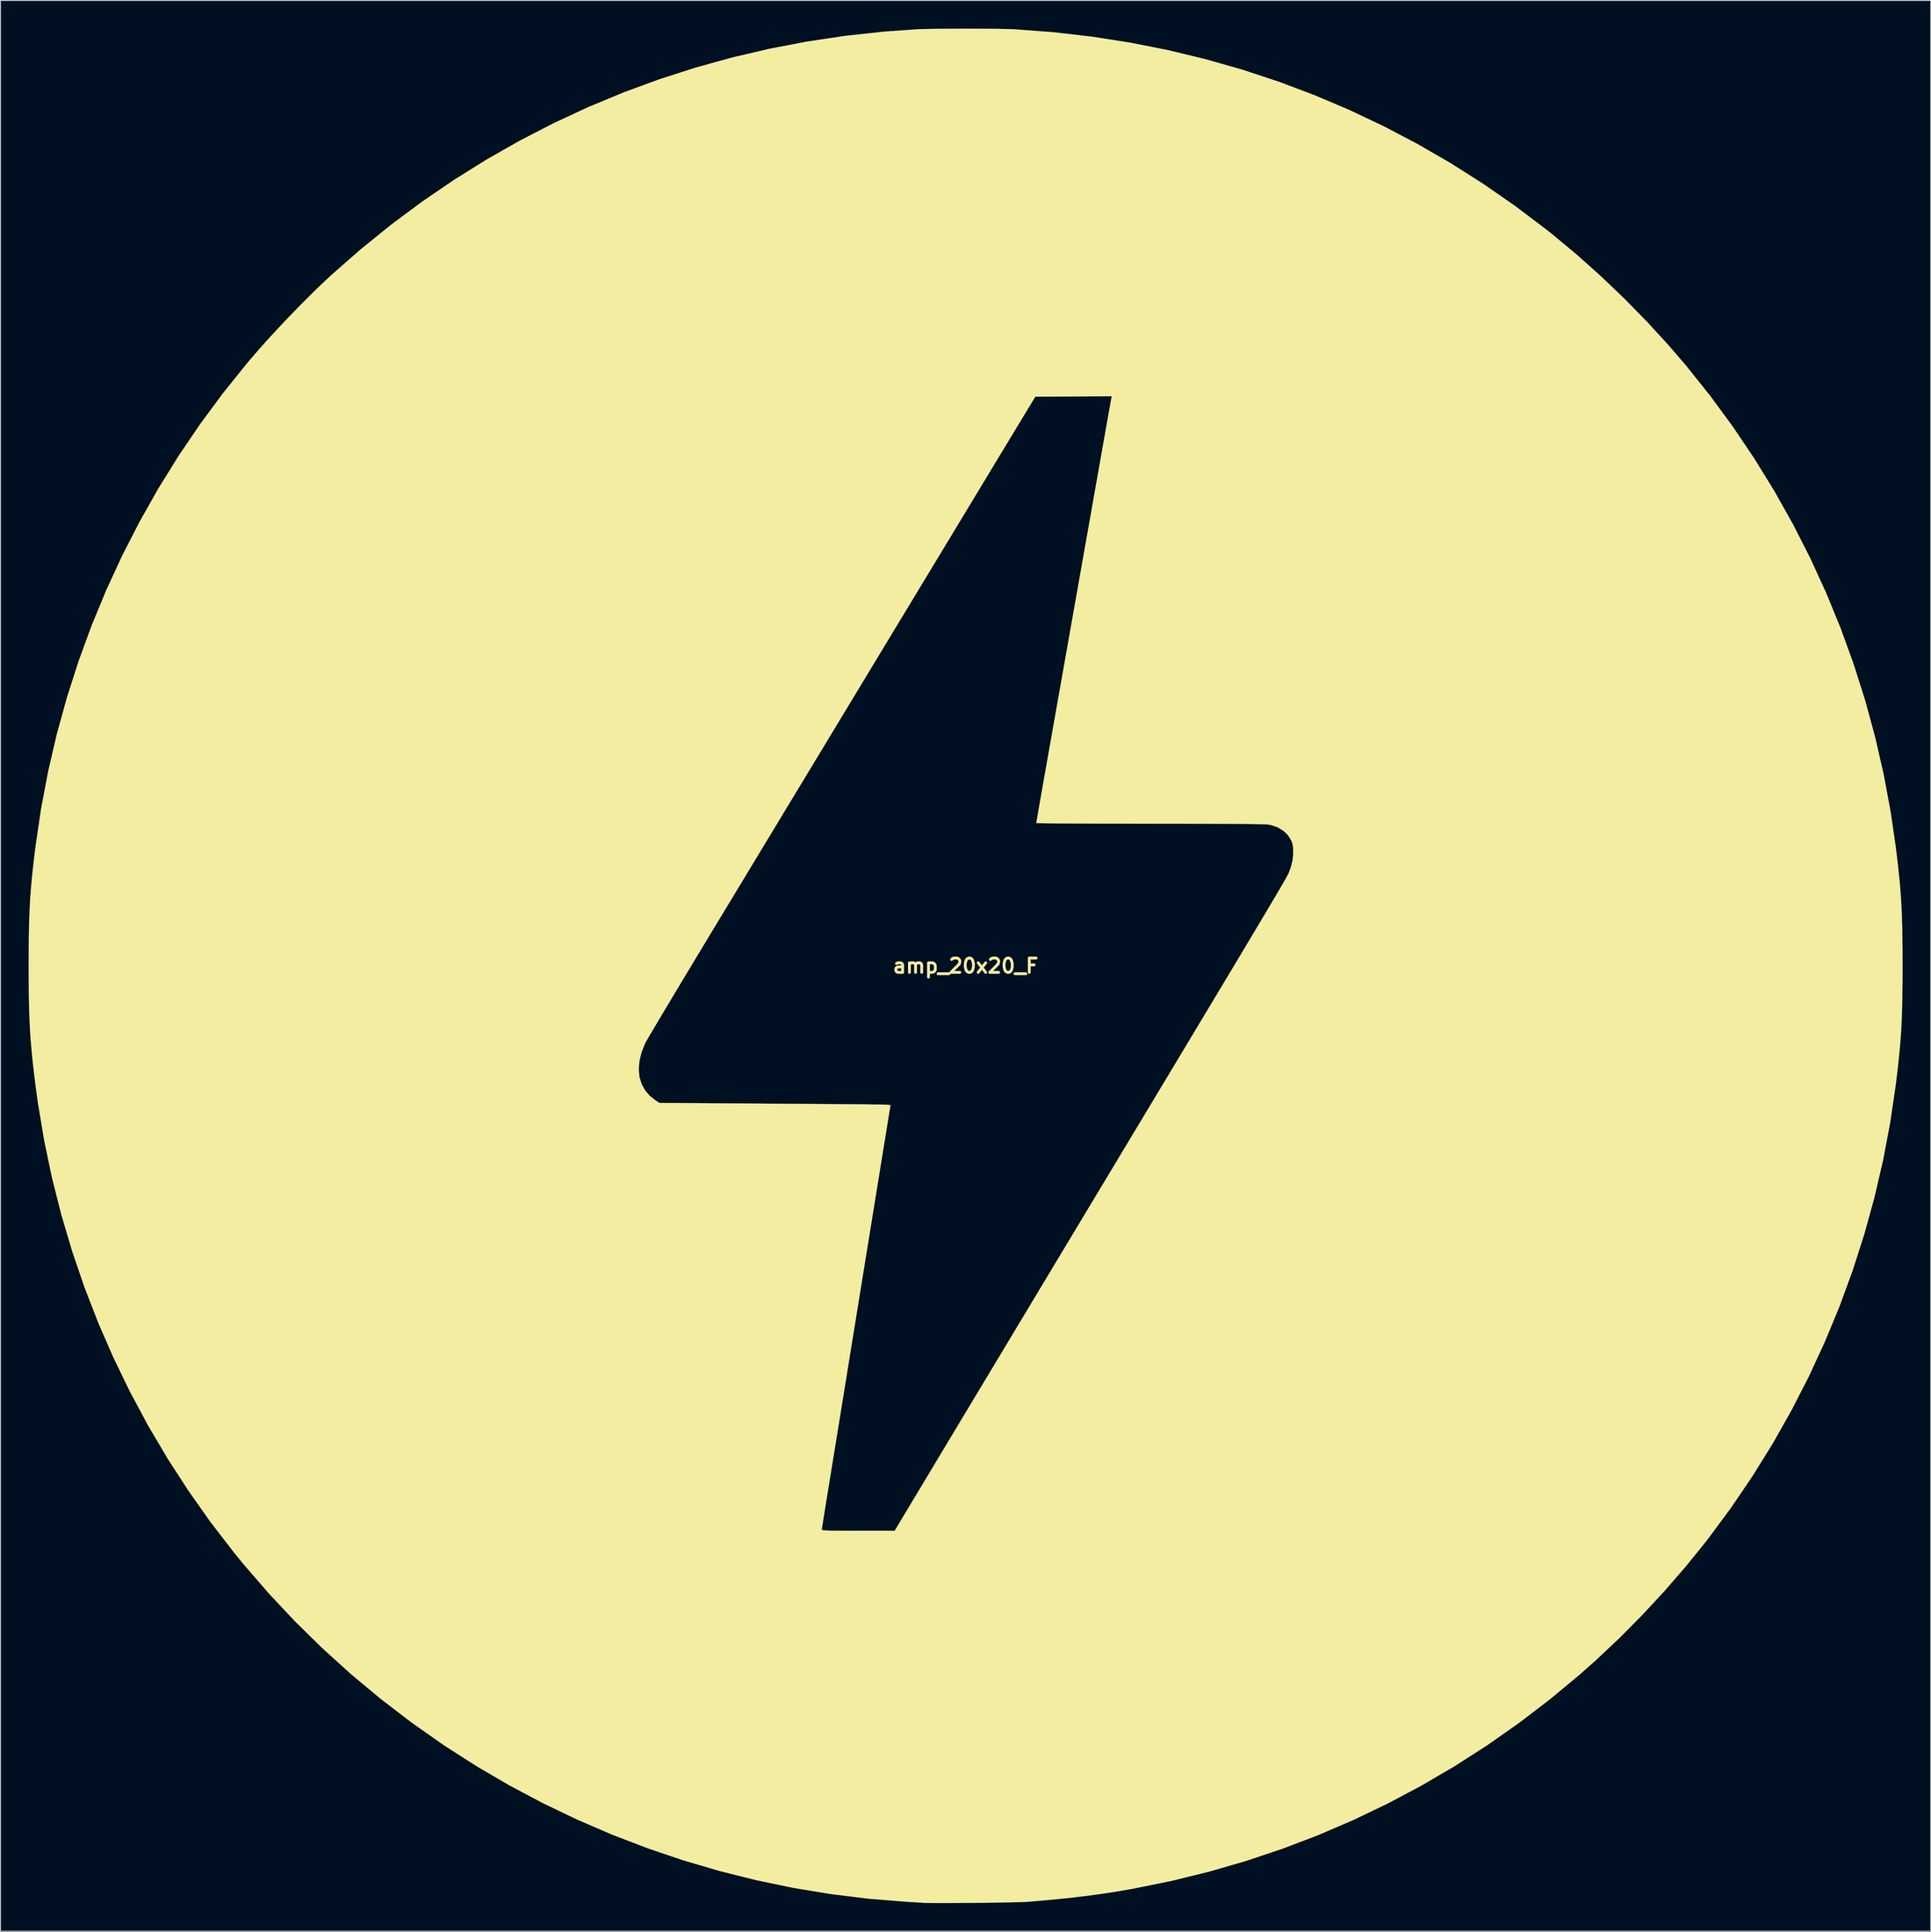
<source format=kicad_pcb>
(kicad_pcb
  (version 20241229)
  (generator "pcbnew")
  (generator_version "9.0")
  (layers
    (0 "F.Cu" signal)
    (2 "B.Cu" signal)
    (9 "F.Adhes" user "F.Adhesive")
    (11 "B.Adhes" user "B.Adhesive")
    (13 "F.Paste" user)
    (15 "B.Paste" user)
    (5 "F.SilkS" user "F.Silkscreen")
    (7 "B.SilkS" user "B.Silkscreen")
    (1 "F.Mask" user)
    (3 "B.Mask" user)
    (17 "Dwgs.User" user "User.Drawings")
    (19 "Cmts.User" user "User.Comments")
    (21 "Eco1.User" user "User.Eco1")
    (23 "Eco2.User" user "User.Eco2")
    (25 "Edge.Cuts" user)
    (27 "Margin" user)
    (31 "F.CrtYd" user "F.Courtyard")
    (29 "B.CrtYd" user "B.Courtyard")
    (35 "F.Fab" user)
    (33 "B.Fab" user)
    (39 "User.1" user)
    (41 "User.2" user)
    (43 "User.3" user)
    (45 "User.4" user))
  (footprint "amp_20x20_F"
    (layer "F.Cu")
    (at 99.869 99.888)
    (property "Reference" "amp_20x20_F" (at 0 0 0) (layer "F.SilkS") (effects (font (size 1.524 1.524) (thickness 0.3))))
    (attr through_hole)
    (fp_poly (pts (xy 1.025 -99.881) (xy 1.947 -99.876) (xy 2.819 -99.869) (xy 3.615 -99.858) (xy 4.311 -99.845) (xy 4.883 -99.828) (xy 5.249 -99.812) (xy 9.404 -99.5) (xy 13.518 -99.024) (xy 17.587 -98.386) (xy 21.608 -97.588) (xy 25.58 -96.629) (xy 29.497 -95.511) (xy 33.359 -94.237) (xy 37.161 -92.805) (xy 40.901 -91.219) (xy 44.575 -89.478) (xy 48.181 -87.584) (xy 51.716 -85.539) (xy 55.176 -83.342) (xy 58.559 -80.997) (xy 61.861 -78.503) (xy 62.569 -77.94) (xy 65.145 -75.795) (xy 67.701 -73.511) (xy 70.207 -71.116) (xy 72.634 -68.639) (xy 74.952 -66.111) (xy 76.778 -63.986) (xy 79.348 -60.77) (xy 81.777 -57.465) (xy 84.061 -54.074) (xy 86.2 -50.602) (xy 88.192 -47.053) (xy 90.034 -43.431) (xy 91.726 -39.741) (xy 93.264 -35.987) (xy 94.648 -32.172) (xy 95.875 -28.302) (xy 96.943 -24.38) (xy 97.852 -20.411) (xy 98.598 -16.399) (xy 99.138 -12.686) (xy 99.289 -11.461) (xy 99.418 -10.331) (xy 99.527 -9.271) (xy 99.618 -8.254) (xy 99.692 -7.254) (xy 99.75 -6.245) (xy 99.795 -5.2) (xy 99.827 -4.093) (xy 99.848 -2.898) (xy 99.86 -1.589) (xy 99.864 -0.139) (xy 99.864 0) (xy 99.861 1.464) (xy 99.85 2.785) (xy 99.829 3.989) (xy 99.798 5.103) (xy 99.755 6.152) (xy 99.698 7.164) (xy 99.625 8.164) (xy 99.536 9.178) (xy 99.428 10.233) (xy 99.301 11.355) (xy 99.152 12.571) (xy 99.138 12.686) (xy 98.543 16.728) (xy 97.783 20.733) (xy 96.861 24.697) (xy 95.779 28.616) (xy 94.538 32.485) (xy 93.14 36.298) (xy 91.588 40.051) (xy 89.884 43.74) (xy 88.028 47.359) (xy 86.025 50.904) (xy 83.874 54.37) (xy 81.579 57.752) (xy 79.141 61.046) (xy 78.922 61.33) (xy 76.752 64.016) (xy 74.45 66.667) (xy 72.045 69.256) (xy 69.564 71.752) (xy 67.035 74.127) (xy 65.403 75.57) (xy 62.199 78.225) (xy 58.911 80.734) (xy 55.541 83.095) (xy 52.092 85.307) (xy 48.566 87.37) (xy 44.966 89.281) (xy 41.293 91.041) (xy 37.551 92.647) (xy 33.741 94.099) (xy 29.865 95.396) (xy 25.927 96.536) (xy 21.928 97.519) (xy 17.872 98.343) (xy 16.425 98.596) (xy 14.776 98.855) (xy 13.067 99.091) (xy 11.272 99.306) (xy 9.367 99.502) (xy 7.327 99.683) (xy 6.562 99.745) (xy 6.287 99.76) (xy 5.865 99.775) (xy 5.317 99.79) (xy 4.662 99.804) (xy 3.92 99.818) (xy 3.112 99.831) (xy 2.257 99.842) (xy 1.375 99.852) (xy 0.486 99.861) (xy -0.389 99.868) (xy -1.232 99.873) (xy -2.021 99.876) (xy -2.737 99.877) (xy -3.361 99.875) (xy -3.871 99.87) (xy -4.248 99.863) (xy -4.445 99.854) (xy -4.671 99.839) (xy -5.029 99.817) (xy -5.478 99.789) (xy -5.982 99.759) (xy -6.35 99.737) (xy -10.362 99.412) (xy -14.359 98.92) (xy -18.335 98.264) (xy -22.284 97.445) (xy -26.198 96.466) (xy -30.072 95.328) (xy -33.899 94.034) (xy -37.673 92.586) (xy -41.387 90.986) (xy -45.035 89.237) (xy -48.611 87.34) (xy -52.109 85.298) (xy -55.521 83.113) (xy -55.686 83.002) (xy -59.055 80.634) (xy -62.321 78.132) (xy -65.481 75.501) (xy -68.529 72.745) (xy -71.461 69.867) (xy -74.272 66.873) (xy -76.959 63.767) (xy -77.971 62.526) (xy -80.475 59.274) (xy -82.836 55.932) (xy -85.053 52.505) (xy -87.125 48.997) (xy -89.048 45.414) (xy -90.822 41.759) (xy -92.444 38.037) (xy -93.913 34.253) (xy -95.226 30.411) (xy -96.381 26.516) (xy -97.377 22.572) (xy -98.212 18.584) (xy -98.884 14.557) (xy -99.138 12.686) (xy -99.289 11.461) (xy -99.338 11.026) (xy -34.84 11.026) (xy -34.763 11.837) (xy -34.538 12.585) (xy -34.169 13.261) (xy -33.656 13.858) (xy -33.016 14.359) (xy -32.639 14.603) (xy -23.199 14.666) (xy -21.313 14.678) (xy -19.589 14.69) (xy -18.02 14.7) (xy -16.599 14.71) (xy -15.318 14.719) (xy -14.17 14.727) (xy -13.148 14.735) (xy -12.245 14.742) (xy -11.453 14.749) (xy -10.765 14.755) (xy -10.174 14.762) (xy -9.672 14.768) (xy -9.254 14.775) (xy -8.91 14.782) (xy -8.634 14.789) (xy -8.419 14.796) (xy -8.257 14.805) (xy -8.142 14.814) (xy -8.065 14.823) (xy -8.02 14.834) (xy -8 14.846) (xy -7.997 14.858) (xy -8.004 14.872) (xy -8.013 14.888) (xy -8.018 14.901) (xy -8.035 15.007) (xy -8.076 15.264) (xy -8.139 15.656) (xy -8.222 16.168) (xy -8.321 16.784) (xy -8.435 17.487) (xy -8.561 18.263) (xy -8.696 19.095) (xy -8.764 19.516) (xy -8.922 20.485) (xy -9.104 21.611) (xy -9.311 22.883) (xy -9.539 24.29) (xy -9.787 25.821) (xy -10.054 27.467) (xy -10.338 29.216) (xy -10.636 31.057) (xy -10.948 32.981) (xy -11.271 34.976) (xy -11.604 37.032) (xy -11.946 39.138) (xy -12.293 41.283) (xy -12.645 43.458) (xy -13 45.651) (xy -13.087 46.186) (xy -13.269 47.31) (xy -13.46 48.489) (xy -13.656 49.696) (xy -13.852 50.903) (xy -14.044 52.084) (xy -14.227 53.209) (xy -14.396 54.254) (xy -14.549 55.189) (xy -14.679 55.987) (xy -14.693 56.073) (xy -14.821 56.865) (xy -14.941 57.608) (xy -15.05 58.285) (xy -15.144 58.878) (xy -15.221 59.371) (xy -15.279 59.746) (xy -15.314 59.987) (xy -15.325 60.073) (xy -15.307 60.103) (xy -15.244 60.128) (xy -15.123 60.148) (xy -14.93 60.164) (xy -14.65 60.176) (xy -14.271 60.185) (xy -13.777 60.191) (xy -13.157 60.195) (xy -12.395 60.197) (xy -11.478 60.198) (xy -11.443 60.198) (xy -7.561 60.198) (xy -2.312 51.456) (xy -1.741 50.506) (xy -1.091 49.422) (xy -0.367 48.217) (xy 0.423 46.903) (xy 1.27 45.492) (xy 2.17 43.995) (xy 3.113 42.425) (xy 4.093 40.795) (xy 5.102 39.114) (xy 6.134 37.397) (xy 7.182 35.654) (xy 8.237 33.898) (xy 9.293 32.14) (xy 10.343 30.393) (xy 11.38 28.669) (xy 12.395 26.98) (xy 12.785 26.331) (xy 14.428 23.598) (xy 15.985 21.007) (xy 17.46 18.553) (xy 18.855 16.232) (xy 20.171 14.042) (xy 21.411 11.978) (xy 22.578 10.036) (xy 23.672 8.213) (xy 24.698 6.505) (xy 25.657 4.908) (xy 26.551 3.418) (xy 27.383 2.031) (xy 28.154 0.745) (xy 28.868 -0.446) (xy 29.525 -1.544) (xy 30.13 -2.554) (xy 30.683 -3.48) (xy 31.187 -4.324) (xy 31.645 -5.092) (xy 32.058 -5.786) (xy 32.43 -6.411) (xy 32.761 -6.97) (xy 33.055 -7.468) (xy 33.313 -7.907) (xy 33.538 -8.291) (xy 33.733 -8.625) (xy 33.899 -8.913) (xy 34.038 -9.157) (xy 34.154 -9.362) (xy 34.248 -9.531) (xy 34.322 -9.669) (xy 34.379 -9.779) (xy 34.421 -9.865) (xy 34.45 -9.93) (xy 34.457 -9.948) (xy 34.688 -10.597) (xy 34.832 -11.172) (xy 34.904 -11.738) (xy 34.918 -12.192) (xy 34.906 -12.602) (xy 34.865 -12.912) (xy 34.783 -13.186) (xy 34.7 -13.383) (xy 34.353 -13.938) (xy 33.875 -14.4) (xy 33.282 -14.758) (xy 32.59 -15) (xy 32.258 -15.066) (xy 32.082 -15.08) (xy 31.739 -15.093) (xy 31.229 -15.105) (xy 30.554 -15.115) (xy 29.716 -15.124) (xy 28.716 -15.132) (xy 27.554 -15.139) (xy 26.234 -15.145) (xy 24.756 -15.149) (xy 23.122 -15.152) (xy 21.333 -15.154) (xy 19.622 -15.155) (xy 18.205 -15.155) (xy 16.836 -15.157) (xy 15.524 -15.159) (xy 14.278 -15.162) (xy 13.107 -15.166) (xy 12.021 -15.171) (xy 11.03 -15.176) (xy 10.143 -15.182) (xy 9.369 -15.188) (xy 8.719 -15.195) (xy 8.201 -15.202) (xy 7.825 -15.21) (xy 7.6 -15.218) (xy 7.535 -15.225) (xy 7.55 -15.319) (xy 7.591 -15.564) (xy 7.656 -15.946) (xy 7.743 -16.447) (xy 7.849 -17.054) (xy 7.971 -17.75) (xy 8.106 -18.52) (xy 8.252 -19.348) (xy 8.335 -19.818) (xy 8.639 -21.54) (xy 8.96 -23.358) (xy 9.295 -25.25) (xy 9.639 -27.195) (xy 9.989 -29.172) (xy 10.34 -31.158) (xy 10.689 -33.133) (xy 11.033 -35.075) (xy 11.367 -36.962) (xy 11.687 -38.772) (xy 11.99 -40.485) (xy 12.272 -42.079) (xy 12.53 -43.532) (xy 12.58 -43.815) (xy 12.786 -44.982) (xy 13.015 -46.276) (xy 13.26 -47.657) (xy 13.512 -49.084) (xy 13.765 -50.518) (xy 14.013 -51.918) (xy 14.247 -53.245) (xy 14.461 -54.458) (xy 14.526 -54.822) (xy 14.693 -55.769) (xy 14.853 -56.671) (xy 15.002 -57.512) (xy 15.138 -58.279) (xy 15.258 -58.957) (xy 15.361 -59.531) (xy 15.443 -59.988) (xy 15.501 -60.312) (xy 15.534 -60.489) (xy 15.54 -60.516) (xy 15.582 -60.708) (xy 11.506 -60.686) (xy 7.43 -60.664) (xy 5.995 -58.293) (xy 5.634 -57.697) (xy 5.204 -56.987) (xy 4.724 -56.192) (xy 4.21 -55.343) (xy 3.682 -54.47) (xy 3.157 -53.602) (xy 2.655 -52.771) (xy 2.462 -52.451) (xy 2.131 -51.904) (xy 1.721 -51.227) (xy 1.242 -50.433) (xy 0.701 -49.539) (xy 0.108 -48.558) (xy -0.529 -47.504) (xy -1.201 -46.393) (xy -1.9 -45.239) (xy -2.615 -44.056) (xy -3.339 -42.859) (xy -4.063 -41.662) (xy -4.778 -40.48) (xy -4.784 -40.471) (xy -5.573 -39.167) (xy -6.421 -37.763) (xy -7.316 -36.285) (xy -8.241 -34.755) (xy -9.183 -33.197) (xy -10.127 -31.636) (xy -11.06 -30.094) (xy -11.966 -28.595) (xy -12.831 -27.164) (xy -13.641 -25.824) (xy -14.382 -24.599) (xy -14.563 -24.299) (xy -15.153 -23.323) (xy -15.821 -22.218) (xy -16.559 -20.998) (xy -17.356 -19.679) (xy -18.204 -18.277) (xy -19.093 -16.806) (xy -20.015 -15.282) (xy -20.959 -13.721) (xy -21.917 -12.137) (xy -22.879 -10.547) (xy -23.836 -8.964) (xy -24.778 -7.405) (xy -25.698 -5.885) (xy -26.543 -4.487) (xy -27.344 -3.162) (xy -28.125 -1.869) (xy -28.879 -0.617) (xy -29.603 0.585) (xy -30.291 1.731) (xy -30.94 2.811) (xy -31.543 3.819) (xy -32.097 4.745) (xy -32.596 5.582) (xy -33.036 6.323) (xy -33.412 6.958) (xy -33.719 7.48) (xy -33.952 7.881) (xy -34.107 8.154) (xy -34.178 8.286) (xy -34.549 9.243) (xy -34.77 10.159) (xy -34.84 11.026) (xy -99.338 11.026) (xy -99.418 10.331) (xy -99.527 9.271) (xy -99.618 8.254) (xy -99.692 7.254) (xy -99.75 6.245) (xy -99.795 5.2) (xy -99.827 4.093) (xy -99.848 2.898) (xy -99.86 1.589) (xy -99.864 0.139) (xy -99.864 0) (xy -99.861 -1.464) (xy -99.85 -2.785) (xy -99.829 -3.989) (xy -99.798 -5.103) (xy -99.755 -6.152) (xy -99.698 -7.164) (xy -99.625 -8.164) (xy -99.536 -9.178) (xy -99.428 -10.233) (xy -99.301 -11.355) (xy -99.152 -12.571) (xy -99.138 -12.686) (xy -98.542 -16.731) (xy -97.783 -20.737) (xy -96.862 -24.7) (xy -95.78 -28.616) (xy -94.541 -32.481) (xy -93.145 -36.29) (xy -91.595 -40.038) (xy -89.892 -43.722) (xy -88.039 -47.337) (xy -86.038 -50.878) (xy -83.89 -54.341) (xy -81.597 -57.723) (xy -79.162 -61.017) (xy -76.586 -64.221) (xy -76.23 -64.643) (xy -75.31 -65.706) (xy -74.297 -66.837) (xy -73.219 -68.006) (xy -72.102 -69.187) (xy -70.973 -70.349) (xy -69.86 -71.467) (xy -68.79 -72.51) (xy -67.789 -73.452) (xy -67.606 -73.62) (xy -64.467 -76.373) (xy -61.241 -78.981) (xy -57.932 -81.443) (xy -54.542 -83.757) (xy -51.076 -85.922) (xy -47.535 -87.937) (xy -43.922 -89.801) (xy -40.241 -91.513) (xy -36.494 -93.071) (xy -32.684 -94.473) (xy -28.815 -95.72) (xy -24.888 -96.809) (xy -20.908 -97.74) (xy -16.877 -98.51) (xy -12.797 -99.12) (xy -8.673 -99.567) (xy -5.249 -99.812) (xy -4.801 -99.831) (xy -4.207 -99.847) (xy -3.494 -99.86) (xy -2.684 -99.87) (xy -1.803 -99.877) (xy -0.875 -99.881) (xy 0.076 -99.883) (xy 1.025 -99.881)) (stroke (width 0.01) (type solid)) (fill yes) (layer "F.SilkS")))
  (gr_rect
    (start -3 -3)
    (end 202.739 202.769)
    (stroke (width 0.1) (type default))
    (fill no)
    (layer "Edge.Cuts")))
</source>
